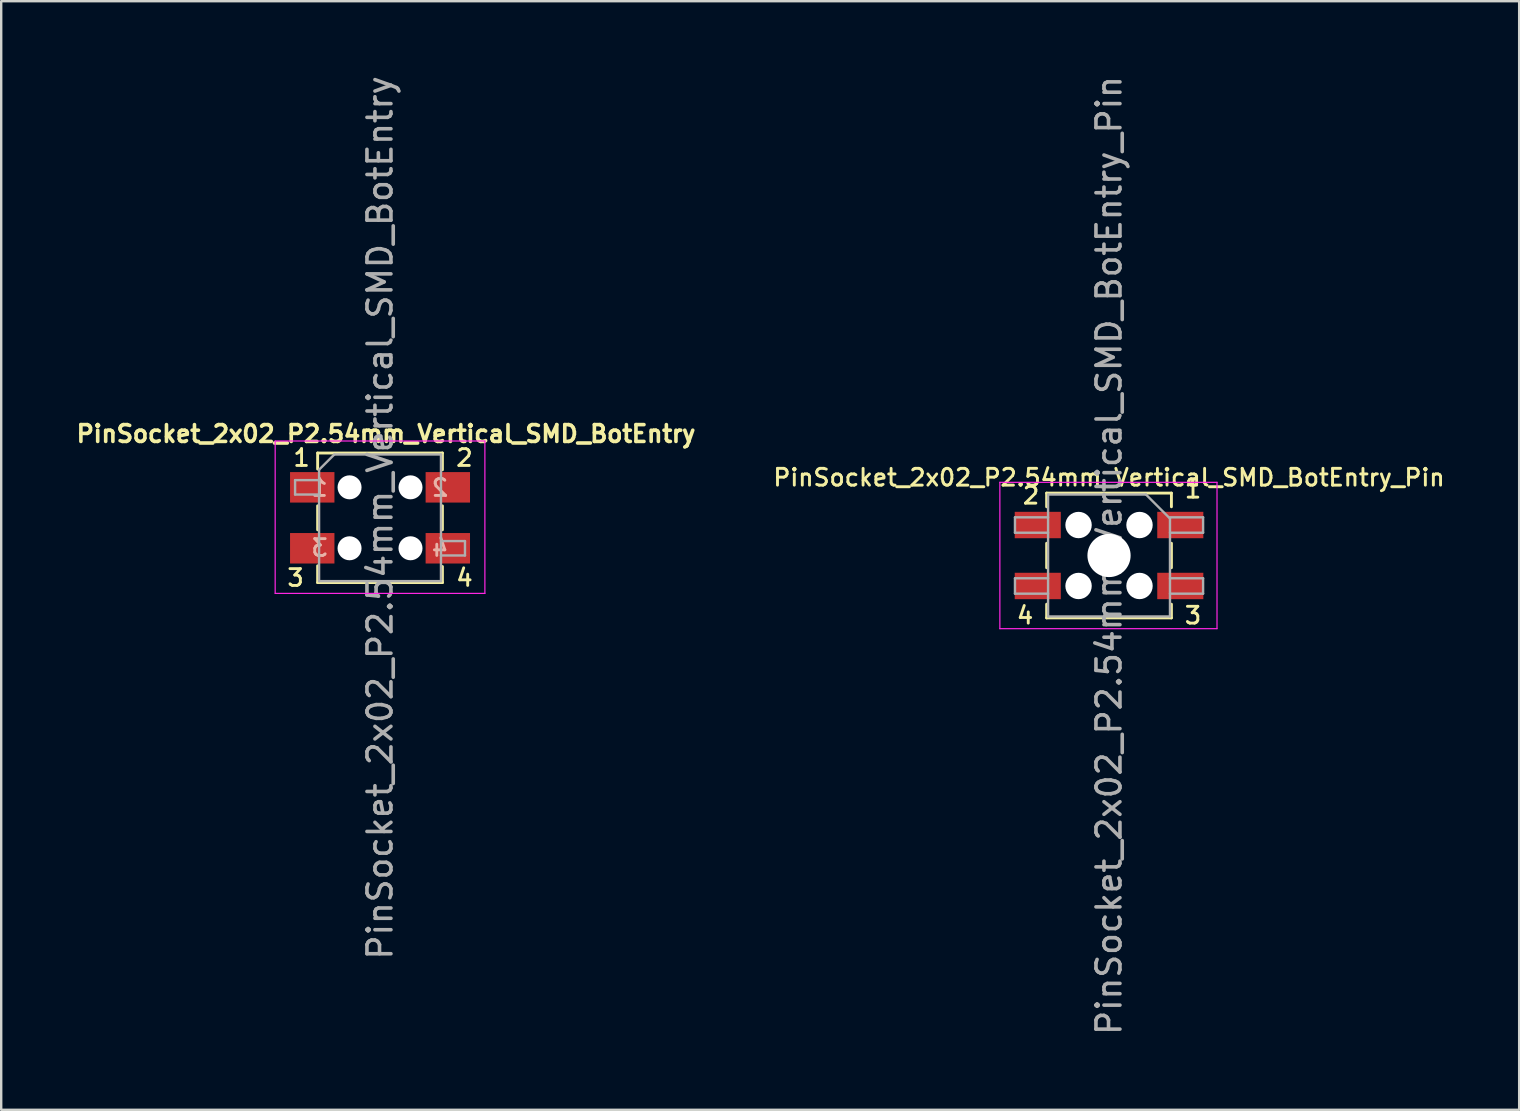
<source format=kicad_pcb>
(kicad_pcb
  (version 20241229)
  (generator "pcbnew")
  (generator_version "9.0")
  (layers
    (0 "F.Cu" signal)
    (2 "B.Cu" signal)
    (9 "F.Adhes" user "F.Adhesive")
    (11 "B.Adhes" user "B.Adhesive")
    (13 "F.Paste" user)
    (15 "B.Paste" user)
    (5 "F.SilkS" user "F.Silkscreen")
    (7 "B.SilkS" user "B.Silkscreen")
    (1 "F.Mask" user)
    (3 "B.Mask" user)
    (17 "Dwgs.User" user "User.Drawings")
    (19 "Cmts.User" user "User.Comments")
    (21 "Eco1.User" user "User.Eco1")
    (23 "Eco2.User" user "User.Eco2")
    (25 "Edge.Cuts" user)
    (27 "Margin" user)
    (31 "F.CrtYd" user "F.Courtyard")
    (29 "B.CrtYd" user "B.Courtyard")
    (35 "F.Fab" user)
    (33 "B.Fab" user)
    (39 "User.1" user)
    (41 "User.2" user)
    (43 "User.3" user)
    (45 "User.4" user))
  (footprint "PinSocket_2x02_P2.54mm_Vertical_SMD_BotEntry_Pin"
    (layer "F.Cu")
    (at 43.17 20.101)
    (property "Reference" "PinSocket_2x02_P2.54mm_Vertical_SMD_BotEntry_Pin" (at 0 -3.25 0) (layer "F.SilkS") (effects (font (size 0.7 0.7) (thickness 0.12))))
    (attr smd)
    (fp_line (start -2.6 -2.6) (end -2.6 -2.03) (stroke (width 0.12) (type solid)) (layer "F.SilkS"))
    (fp_line (start -2.6 -2.6) (end 2.6 -2.6) (stroke (width 0.12) (type solid)) (layer "F.SilkS"))
    (fp_line (start -2.6 -0.51) (end -2.6 0.51) (stroke (width 0.12) (type solid)) (layer "F.SilkS"))
    (fp_line (start -2.6 2.03) (end -2.6 2.6) (stroke (width 0.12) (type solid)) (layer "F.SilkS"))
    (fp_line (start -2.6 2.6) (end 2.6 2.6) (stroke (width 0.12) (type solid)) (layer "F.SilkS"))
    (fp_line (start 2.6 -2.6) (end 2.6 -2.03) (stroke (width 0.12) (type solid)) (layer "F.SilkS"))
    (fp_line (start 2.6 -0.51) (end 2.6 0.51) (stroke (width 0.12) (type solid)) (layer "F.SilkS"))
    (fp_line (start 2.6 2.03) (end 2.6 2.6) (stroke (width 0.12) (type solid)) (layer "F.SilkS"))
    (fp_line (start -4.55 -3.05) (end 4.5 -3.05) (stroke (width 0.05) (type solid)) (layer "F.CrtYd"))
    (fp_line (start -4.55 3.05) (end -4.55 -3.05) (stroke (width 0.05) (type solid)) (layer "F.CrtYd"))
    (fp_line (start 4.5 -3.05) (end 4.5 3.05) (stroke (width 0.05) (type solid)) (layer "F.CrtYd"))
    (fp_line (start 4.5 3.05) (end -4.55 3.05) (stroke (width 0.05) (type solid)) (layer "F.CrtYd"))
    (fp_line (start -3.92 -1.59) (end -2.54 -1.59) (stroke (width 0.1) (type solid)) (layer "F.Fab"))
    (fp_line (start -3.92 -0.95) (end -3.92 -1.59) (stroke (width 0.1) (type solid)) (layer "F.Fab"))
    (fp_line (start -3.92 0.95) (end -2.54 0.95) (stroke (width 0.1) (type solid)) (layer "F.Fab"))
    (fp_line (start -3.92 1.59) (end -3.92 0.95) (stroke (width 0.1) (type solid)) (layer "F.Fab"))
    (fp_line (start -2.54 -2.54) (end 1.54 -2.54) (stroke (width 0.1) (type solid)) (layer "F.Fab"))
    (fp_line (start -2.54 -0.95) (end -3.92 -0.95) (stroke (width 0.1) (type solid)) (layer "F.Fab"))
    (fp_line (start -2.54 1.59) (end -3.92 1.59) (stroke (width 0.1) (type solid)) (layer "F.Fab"))
    (fp_line (start -2.54 2.54) (end -2.54 -2.54) (stroke (width 0.1) (type solid)) (layer "F.Fab"))
    (fp_line (start 1.54 -2.54) (end 2.54 -1.54) (stroke (width 0.1) (type solid)) (layer "F.Fab"))
    (fp_line (start 2.54 -1.59) (end 3.92 -1.59) (stroke (width 0.1) (type solid)) (layer "F.Fab"))
    (fp_line (start 2.54 -1.54) (end 2.54 2.54) (stroke (width 0.1) (type solid)) (layer "F.Fab"))
    (fp_line (start 2.54 0.95) (end 3.92 0.95) (stroke (width 0.1) (type solid)) (layer "F.Fab"))
    (fp_line (start 2.54 2.54) (end -2.54 2.54) (stroke (width 0.1) (type solid)) (layer "F.Fab"))
    (fp_line (start 3.92 -1.59) (end 3.92 -0.95) (stroke (width 0.1) (type solid)) (layer "F.Fab"))
    (fp_line (start 3.92 -0.95) (end 2.54 -0.95) (stroke (width 0.1) (type solid)) (layer "F.Fab"))
    (fp_line (start 3.92 0.95) (end 3.92 1.59) (stroke (width 0.1) (type solid)) (layer "F.Fab"))
    (fp_line (start 3.92 1.59) (end 2.54 1.59) (stroke (width 0.1) (type solid)) (layer "F.Fab"))
    (fp_text user "2" (at -3.25 -2.5 0) (layer "F.SilkS") (effects (font (size 0.7 0.7) (thickness 0.12))))
    (fp_text user "4" (at -3.5 2.5 0) (layer "F.SilkS") (effects (font (size 0.7 0.7) (thickness 0.12))))
    (fp_text user "1" (at 3.5 -2.75 0) (layer "F.SilkS") (effects (font (size 0.7 0.7) (thickness 0.12))))
    (fp_text user "3" (at 3.5 2.5 0) (layer "F.SilkS") (effects (font (size 0.7 0.7) (thickness 0.12))))
    (fp_text user "${REFERENCE}" (at 0 0 90) (layer "F.Fab") (effects (font (size 1 1) (thickness 0.15))))
    (pad "" np_thru_hole circle (at -1.27 -1.27) (size 1.1 1.1) (drill 1.1) (layers "*.Cu" "*.Mask"))
    (pad "" np_thru_hole circle (at -1.27 1.27) (size 1.1 1.1) (drill 1.1) (layers "*.Cu" "*.Mask"))
    (pad "" np_thru_hole circle (at 0 0) (size 1.8 1.8) (drill 1.8) (layers "*.Cu" "*.Mask"))
    (pad "" np_thru_hole circle (at 1.27 -1.27) (size 1.1 1.1) (drill 1.1) (layers "*.Cu" "*.Mask"))
    (pad "" np_thru_hole circle (at 1.27 1.27) (size 1.1 1.1) (drill 1.1) (layers "*.Cu" "*.Mask"))
    (pad "1" smd rect (at 2.97 -1.27) (size 1.92 1.1) (layers "F.Cu" "F.Mask" "F.Paste"))
    (pad "2" smd rect (at -2.97 -1.27) (size 1.92 1.1) (layers "F.Cu" "F.Mask" "F.Paste"))
    (pad "3" smd rect (at 2.97 1.27) (size 1.92 1.1) (layers "F.Cu" "F.Mask" "F.Paste"))
    (pad "4" smd rect (at -2.97 1.27) (size 1.92 1.1) (layers "F.Cu" "F.Mask" "F.Paste")))
  (footprint "PinSocket_2x02_P2.54mm_Vertical_SMD_BotEntry"
    (layer "F.Cu")
    (at 12.788 18.53)
    (property "Reference" "PinSocket_2x02_P2.54mm_Vertical_SMD_BotEntry" (at 0.25 -3.5 0) (layer "F.SilkS") (effects (font (size 0.7 0.7) (thickness 0.15))))
    (attr smd)
    (fp_line (start -2.6 -2.7) (end -2.6 -2.03) (stroke (width 0.12) (type solid)) (layer "F.SilkS"))
    (fp_line (start -2.6 -2.7) (end 2.6 -2.7) (stroke (width 0.12) (type solid)) (layer "F.SilkS"))
    (fp_line (start -2.6 -0.5) (end -2.6 0.5) (stroke (width 0.12) (type solid)) (layer "F.SilkS"))
    (fp_line (start -2.6 2) (end -2.6 2.7) (stroke (width 0.12) (type solid)) (layer "F.SilkS"))
    (fp_line (start -2.6 2.7) (end 2.6 2.7) (stroke (width 0.12) (type solid)) (layer "F.SilkS"))
    (fp_line (start 2.6 -2.7) (end 2.6 -2) (stroke (width 0.12) (type solid)) (layer "F.SilkS"))
    (fp_line (start 2.6 -0.5) (end 2.6 0.5) (stroke (width 0.12) (type solid)) (layer "F.SilkS"))
    (fp_line (start 2.6 2.03) (end 2.6 2.7) (stroke (width 0.12) (type solid)) (layer "F.SilkS"))
    (fp_line (start -4.37 -3.2) (end 4.37 -3.2) (stroke (width 0.05) (type solid)) (layer "F.CrtYd"))
    (fp_line (start -4.37 3.15) (end -4.37 -3.2) (stroke (width 0.05) (type solid)) (layer "F.CrtYd"))
    (fp_line (start 4.37 -3.2) (end 4.37 3.15) (stroke (width 0.05) (type solid)) (layer "F.CrtYd"))
    (fp_line (start 4.37 3.15) (end -4.37 3.15) (stroke (width 0.05) (type solid)) (layer "F.CrtYd"))
    (fp_line (start -3.54 -1.57) (end -2.54 -1.57) (stroke (width 0.1) (type solid)) (layer "F.Fab"))
    (fp_line (start -3.54 -0.97) (end -3.54 -1.57) (stroke (width 0.1) (type solid)) (layer "F.Fab"))
    (fp_line (start -2.54 -2.005) (end -1.905 -2.64) (stroke (width 0.1) (type solid)) (layer "F.Fab"))
    (fp_line (start -2.54 -0.97) (end -3.54 -0.97) (stroke (width 0.1) (type solid)) (layer "F.Fab"))
    (fp_line (start -2.54 2.64) (end -2.54 -2.005) (stroke (width 0.1) (type solid)) (layer "F.Fab"))
    (fp_line (start -1.905 -2.64) (end 2.54 -2.64) (stroke (width 0.1) (type solid)) (layer "F.Fab"))
    (fp_line (start 2.54 -2.64) (end 2.54 2.64) (stroke (width 0.1) (type solid)) (layer "F.Fab"))
    (fp_line (start 2.54 0.97) (end 3.54 0.97) (stroke (width 0.1) (type solid)) (layer "F.Fab"))
    (fp_line (start 2.54 2.64) (end -2.54 2.64) (stroke (width 0.1) (type solid)) (layer "F.Fab"))
    (fp_line (start 3.54 0.97) (end 3.54 1.57) (stroke (width 0.1) (type solid)) (layer "F.Fab"))
    (fp_line (start 3.54 1.57) (end 2.54 1.57) (stroke (width 0.1) (type solid)) (layer "F.Fab"))
    (fp_text user "3" (at -3.52 2.5 0) (layer "F.SilkS") (effects (font (size 0.7 0.7) (thickness 0.12))))
    (fp_text user "2" (at 3.52 -2.5 0) (layer "F.SilkS") (effects (font (size 0.7 0.7) (thickness 0.12))))
    (fp_text user "4" (at 3.52 2.5 0) (layer "F.SilkS") (effects (font (size 0.7 0.7) (thickness 0.12))))
    (fp_text user "1" (at -3.27 -2.5 0) (layer "F.SilkS") (effects (font (size 0.7 0.7) (thickness 0.12))))
    (fp_text user "4" (at 2.5 1.25 0) (layer "B.SilkS") (effects (font (size 0.7 0.7) (thickness 0.12)) (justify mirror)))
    (fp_text user "1" (at -2.52 -1.25 0) (layer "B.SilkS") (effects (font (size 0.7 0.7) (thickness 0.12)) (justify mirror)))
    (fp_text user "2" (at 2.5 -1.25 0) (layer "B.SilkS") (effects (font (size 0.7 0.7) (thickness 0.12)) (justify mirror)))
    (fp_text user "3" (at -2.52 1.25 0) (layer "B.SilkS") (effects (font (size 0.7 0.7) (thickness 0.12)) (justify mirror)))
    (fp_text user "${REFERENCE}" (at 0 0 90) (layer "F.Fab") (effects (font (size 1 1) (thickness 0.15))))
    (pad "" np_thru_hole circle (at -1.27 -1.27) (size 1 1) (drill 1) (layers "*.Cu" "*.Mask"))
    (pad "" np_thru_hole circle (at -1.27 1.27) (size 1 1) (drill 1) (layers "*.Cu" "*.Mask"))
    (pad "" np_thru_hole circle (at 1.27 -1.27) (size 1 1) (drill 1) (layers "*.Cu" "*.Mask"))
    (pad "" np_thru_hole circle (at 1.27 1.27) (size 1 1) (drill 1) (layers "*.Cu" "*.Mask"))
    (pad "1" smd rect (at -2.825 -1.27) (size 1.85 1.27) (layers "F.Cu" "F.Mask" "F.Paste"))
    (pad "2" smd rect (at 2.825 -1.27) (size 1.85 1.27) (layers "F.Cu" "F.Mask" "F.Paste"))
    (pad "3" smd rect (at -2.825 1.27) (size 1.85 1.27) (layers "F.Cu" "F.Mask" "F.Paste"))
    (pad "4" smd rect (at 2.825 1.27) (size 1.85 1.27) (layers "F.Cu" "F.Mask" "F.Paste")))
  (gr_rect
    (start -3 -3)
    (end 60.263 43.202)
    (stroke (width 0.1) (type default))
    (fill no)
    (layer "Edge.Cuts")))
</source>
